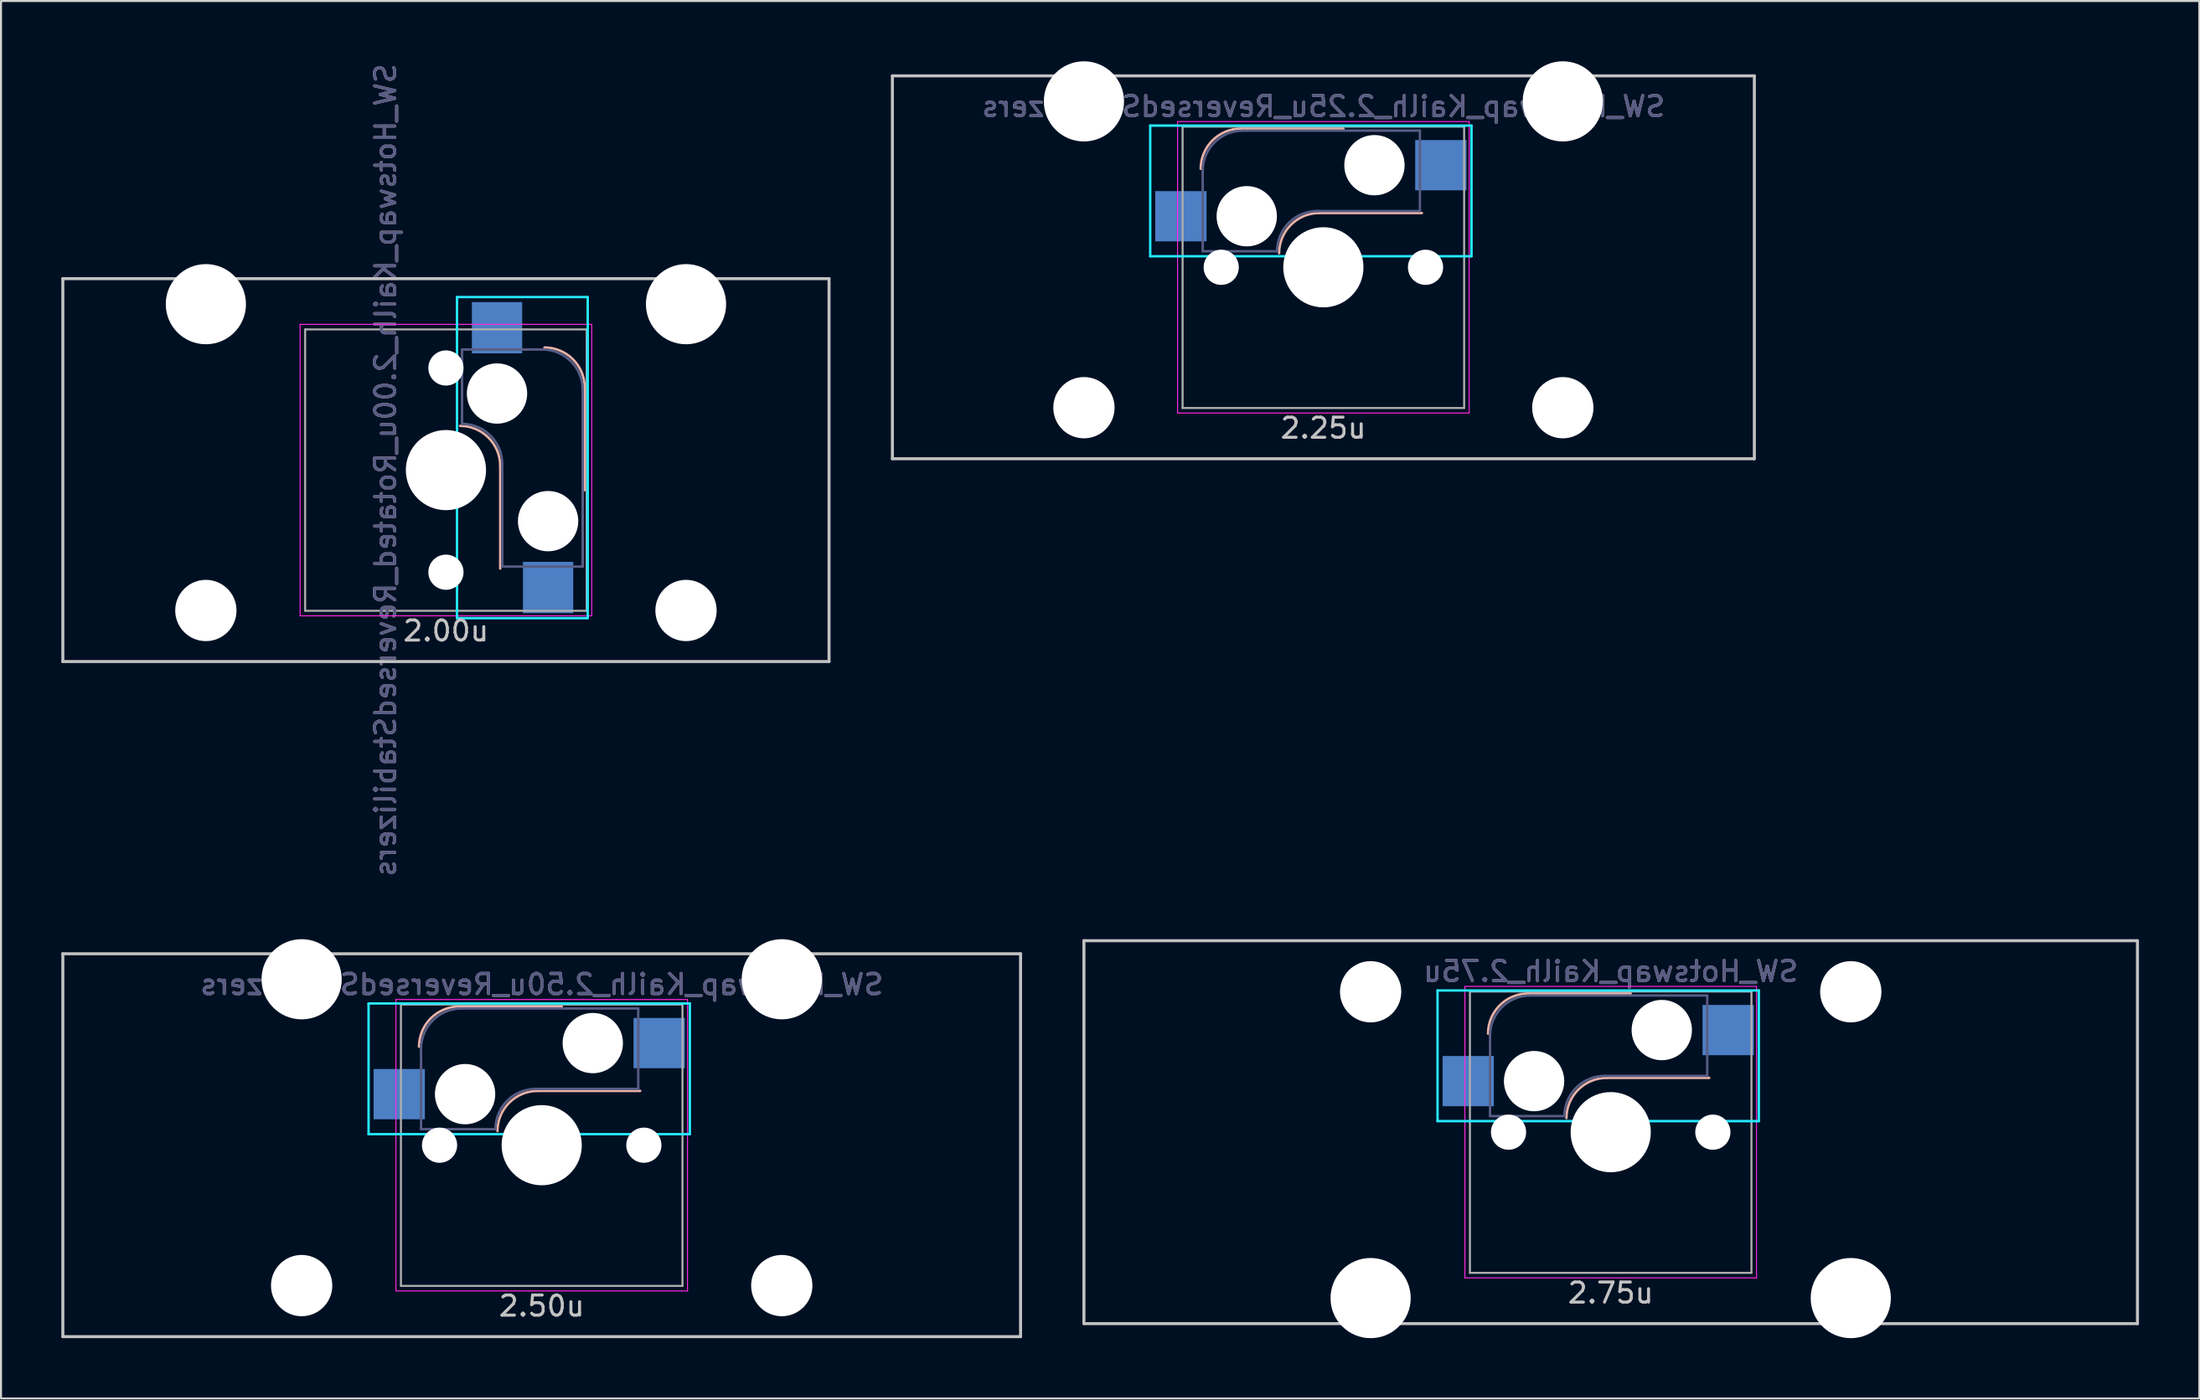
<source format=kicad_pcb>
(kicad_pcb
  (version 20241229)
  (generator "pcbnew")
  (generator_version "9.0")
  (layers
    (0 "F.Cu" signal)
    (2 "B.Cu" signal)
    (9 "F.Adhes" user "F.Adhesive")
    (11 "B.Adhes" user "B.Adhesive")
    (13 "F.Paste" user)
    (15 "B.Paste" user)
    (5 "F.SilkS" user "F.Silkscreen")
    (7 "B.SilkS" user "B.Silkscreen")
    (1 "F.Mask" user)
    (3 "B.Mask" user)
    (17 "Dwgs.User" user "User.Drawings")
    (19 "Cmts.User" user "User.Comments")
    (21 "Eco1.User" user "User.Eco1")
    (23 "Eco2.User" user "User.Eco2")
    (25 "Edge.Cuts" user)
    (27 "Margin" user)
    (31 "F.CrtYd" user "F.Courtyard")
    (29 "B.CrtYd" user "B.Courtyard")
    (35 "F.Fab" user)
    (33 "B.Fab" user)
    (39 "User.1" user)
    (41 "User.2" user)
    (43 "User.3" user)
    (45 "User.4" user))
  (footprint "SW_Hotswap_Kailh_2.25u_ReversedStabilizers"
    (layer "F.Cu")
    (at 62.756 10.249)
    (property "Reference" "SW_Hotswap_Kailh_2.25u_ReversedStabilizers" (at 0 -8 0) (layer "B.SilkS") (effects (font (size 1 1) (thickness 0.15)) (justify mirror)))
    (attr through_hole)
    (fp_line (start 1 -6.9) (end -4.1 -6.9) (stroke (width 0.12) (type solid)) (layer "B.SilkS"))
    (fp_line (start 4.9 -2.7) (end -0.2 -2.7) (stroke (width 0.12) (type solid)) (layer "B.SilkS"))
    (fp_arc (start -6.1 -4.9) (mid -5.514214 -6.314214) (end -4.1 -6.9) (stroke (width 0.12) (type solid)) (layer "B.SilkS"))
    (fp_arc (start -2.2 -0.7) (mid -1.614214 -2.114214) (end -0.2 -2.7) (stroke (width 0.12) (type solid)) (layer "B.SilkS"))
    (fp_line (start -21.431 -9.525) (end 21.431 -9.525) (stroke (width 0.15) (type solid)) (layer "Dwgs.User"))
    (fp_line (start -21.431 9.525) (end -21.431 -9.525) (stroke (width 0.15) (type solid)) (layer "Dwgs.User"))
    (fp_line (start -21.431 9.525) (end 21.431 9.525) (stroke (width 0.15) (type solid)) (layer "Dwgs.User"))
    (fp_line (start 21.431 -9.525) (end 21.431 9.525) (stroke (width 0.15) (type solid)) (layer "Dwgs.User"))
    (fp_line (start -8.61 -7.05) (end 7.367 -7.05) (stroke (width 0.12) (type solid)) (layer "B.CrtYd"))
    (fp_line (start -8.61 -0.55) (end -8.61 -7.05) (stroke (width 0.12) (type solid)) (layer "B.CrtYd"))
    (fp_line (start -8.61 -0.55) (end 7.367 -0.55) (stroke (width 0.12) (type solid)) (layer "B.CrtYd"))
    (fp_line (start 7.367 -7.05) (end 7.367 -0.55) (stroke (width 0.12) (type solid)) (layer "B.CrtYd"))
    (fp_line (start -7.25 -7.25) (end 7.25 -7.25) (stroke (width 0.05) (type solid)) (layer "F.CrtYd"))
    (fp_line (start -7.25 7.25) (end -7.25 -7.25) (stroke (width 0.05) (type solid)) (layer "F.CrtYd"))
    (fp_line (start 7.25 -7.25) (end 7.25 7.25) (stroke (width 0.05) (type solid)) (layer "F.CrtYd"))
    (fp_line (start 7.25 7.25) (end -7.25 7.25) (stroke (width 0.05) (type solid)) (layer "F.CrtYd"))
    (fp_line (start -6 -0.8) (end -6 -4.8) (stroke (width 0.12) (type solid)) (layer "B.Fab"))
    (fp_line (start -6 -0.8) (end -2.3 -0.8) (stroke (width 0.12) (type solid)) (layer "B.Fab"))
    (fp_line (start -4 -6.8) (end 4.8 -6.8) (stroke (width 0.12) (type solid)) (layer "B.Fab"))
    (fp_line (start -0.3 -2.8) (end 4.8 -2.8) (stroke (width 0.12) (type solid)) (layer "B.Fab"))
    (fp_line (start 4.8 -6.8) (end 4.8 -2.8) (stroke (width 0.12) (type solid)) (layer "B.Fab"))
    (fp_arc (start -6 -4.8) (mid -5.414214 -6.214214) (end -4 -6.8) (stroke (width 0.12) (type solid)) (layer "B.Fab"))
    (fp_arc (start -2.3 -0.8) (mid -1.714214 -2.214214) (end -0.3 -2.8) (stroke (width 0.12) (type solid)) (layer "B.Fab"))
    (fp_line (start -7 -7) (end 7 -7) (stroke (width 0.1) (type solid)) (layer "F.Fab"))
    (fp_line (start -7 7) (end -7 -7) (stroke (width 0.1) (type solid)) (layer "F.Fab"))
    (fp_line (start 7 -7) (end 7 7) (stroke (width 0.1) (type solid)) (layer "F.Fab"))
    (fp_line (start 7 7) (end -7 7) (stroke (width 0.1) (type solid)) (layer "F.Fab"))
    (fp_text user "2.25u" (at 0 8 0) (layer "Dwgs.User") (effects (font (size 1 1) (thickness 0.15))))
    (fp_text user "${REFERENCE}" (at 0 -8 0) (layer "B.Fab") (effects (font (size 1 1) (thickness 0.15)) (justify mirror)))
    (pad "" np_thru_hole circle (at -11.906 -8.255) (size 3.988 3.988) (drill 3.988) (layers "*.Cu" "*.Mask"))
    (pad "" np_thru_hole circle (at -11.906 6.985) (size 3.048 3.048) (drill 3.048) (layers "*.Cu" "*.Mask"))
    (pad "" np_thru_hole circle (at -5.08 0 48.1) (size 1.75 1.75) (drill 1.75) (layers "*.Cu" "*.Mask"))
    (pad "" np_thru_hole circle (at -3.81 -2.54) (size 3 3) (drill 3) (layers "*.Cu" "*.Mask"))
    (pad "" np_thru_hole circle (at 0 0) (size 3.988 3.988) (drill 3.988) (layers "*.Cu" "*.Mask"))
    (pad "" np_thru_hole circle (at 2.54 -5.08) (size 3 3) (drill 3) (layers "*.Cu" "*.Mask"))
    (pad "" np_thru_hole circle (at 5.08 0 48.1) (size 1.75 1.75) (drill 1.75) (layers "*.Cu" "*.Mask"))
    (pad "" np_thru_hole circle (at 11.906 -8.255) (size 3.988 3.988) (drill 3.988) (layers "*.Cu" "*.Mask"))
    (pad "" np_thru_hole circle (at 11.906 6.985) (size 3.048 3.048) (drill 3.048) (layers "*.Cu" "*.Mask"))
    (pad "1" smd rect (at -7.085 -2.54) (size 2.55 2.5) (layers "B.Cu" "B.Mask" "B.Paste"))
    (pad "2" smd rect (at 5.842 -5.08) (size 2.55 2.5) (layers "B.Cu" "B.Mask" "B.Paste")))
  (footprint "SW_Hotswap_Kailh_2.00u_Rotated_ReversedStabilizers"
    (layer "F.Cu")
    (at 19.125 20.339)
    (property "Reference" "SW_Hotswap_Kailh_2.00u_Rotated_ReversedStabilizers" (at -3 0 90) (layer "B.SilkS") (effects (font (size 1 1) (thickness 0.15)) (justify mirror)))
    (attr smd)
    (fp_line (start 2.7 4.9) (end 2.7 -0.2) (stroke (width 0.12) (type solid)) (layer "B.SilkS"))
    (fp_line (start 6.9 1) (end 6.9 -4.1) (stroke (width 0.12) (type solid)) (layer "B.SilkS"))
    (fp_arc (start 0.7 -2.2) (mid 2.114214 -1.614214) (end 2.7 -0.2) (stroke (width 0.12) (type solid)) (layer "B.SilkS"))
    (fp_arc (start 4.9 -6.1) (mid 6.314214 -5.514214) (end 6.9 -4.1) (stroke (width 0.12) (type solid)) (layer "B.SilkS"))
    (fp_line (start -19.05 -9.525) (end 19.05 -9.525) (stroke (width 0.15) (type solid)) (layer "Dwgs.User"))
    (fp_line (start -19.05 9.525) (end -19.05 -9.525) (stroke (width 0.15) (type solid)) (layer "Dwgs.User"))
    (fp_line (start 19.05 -9.525) (end 19.05 9.525) (stroke (width 0.15) (type solid)) (layer "Dwgs.User"))
    (fp_line (start 19.05 9.525) (end -19.05 9.525) (stroke (width 0.15) (type solid)) (layer "Dwgs.User"))
    (fp_line (start 0.55 -8.61) (end 0.55 7.367) (stroke (width 0.12) (type solid)) (layer "B.CrtYd"))
    (fp_line (start 0.55 -8.61) (end 7.05 -8.61) (stroke (width 0.12) (type solid)) (layer "B.CrtYd"))
    (fp_line (start 7.05 -8.61) (end 7.05 7.367) (stroke (width 0.12) (type solid)) (layer "B.CrtYd"))
    (fp_line (start 7.05 7.367) (end 0.55 7.367) (stroke (width 0.12) (type solid)) (layer "B.CrtYd"))
    (fp_line (start -7.25 -7.25) (end 7.25 -7.25) (stroke (width 0.05) (type solid)) (layer "F.CrtYd"))
    (fp_line (start -7.25 7.25) (end -7.25 -7.25) (stroke (width 0.05) (type solid)) (layer "F.CrtYd"))
    (fp_line (start 7.25 -7.25) (end 7.25 7.25) (stroke (width 0.05) (type solid)) (layer "F.CrtYd"))
    (fp_line (start 7.25 7.25) (end -7.25 7.25) (stroke (width 0.05) (type solid)) (layer "F.CrtYd"))
    (fp_line (start 0.8 -6) (end 0.8 -2.3) (stroke (width 0.12) (type solid)) (layer "B.Fab"))
    (fp_line (start 0.8 -6) (end 4.8 -6) (stroke (width 0.12) (type solid)) (layer "B.Fab"))
    (fp_line (start 2.8 -0.3) (end 2.8 4.8) (stroke (width 0.12) (type solid)) (layer "B.Fab"))
    (fp_line (start 6.8 -4) (end 6.8 4.8) (stroke (width 0.12) (type solid)) (layer "B.Fab"))
    (fp_line (start 6.8 4.8) (end 2.8 4.8) (stroke (width 0.12) (type solid)) (layer "B.Fab"))
    (fp_arc (start 0.8 -2.3) (mid 2.214214 -1.714214) (end 2.8 -0.3) (stroke (width 0.12) (type solid)) (layer "B.Fab"))
    (fp_arc (start 4.8 -6) (mid 6.214214 -5.414214) (end 6.8 -4) (stroke (width 0.12) (type solid)) (layer "B.Fab"))
    (fp_line (start -7 -7) (end 7 -7) (stroke (width 0.1) (type solid)) (layer "F.Fab"))
    (fp_line (start -7 7) (end -7 -7) (stroke (width 0.1) (type solid)) (layer "F.Fab"))
    (fp_line (start 7 -7) (end 7 7) (stroke (width 0.1) (type solid)) (layer "F.Fab"))
    (fp_line (start 7 7) (end -7 7) (stroke (width 0.1) (type solid)) (layer "F.Fab"))
    (fp_text user "2.00u" (at 0 8 0) (layer "Dwgs.User") (effects (font (size 1 1) (thickness 0.15))))
    (fp_text user "${REFERENCE}" (at -3 0 90) (layer "B.Fab") (effects (font (size 1 1) (thickness 0.15)) (justify mirror)))
    (pad "" np_thru_hole circle (at -11.938 -8.255) (size 3.988 3.988) (drill 3.988) (layers "*.Cu" "*.Mask"))
    (pad "" np_thru_hole circle (at -11.938 6.985) (size 3.048 3.048) (drill 3.048) (layers "*.Cu" "*.Mask"))
    (pad "" np_thru_hole circle (at 0 -5.08 318.1) (size 1.75 1.75) (drill 1.75) (layers "*.Cu" "*.Mask"))
    (pad "" np_thru_hole circle (at 0 0 270) (size 3.988 3.988) (drill 3.988) (layers "*.Cu" "*.Mask"))
    (pad "" np_thru_hole circle (at 0 5.08 318.1) (size 1.75 1.75) (drill 1.75) (layers "*.Cu" "*.Mask"))
    (pad "" np_thru_hole circle (at 2.54 -3.81 270) (size 3 3) (drill 3) (layers "*.Cu" "*.Mask"))
    (pad "" np_thru_hole circle (at 5.08 2.54 270) (size 3 3) (drill 3) (layers "*.Cu" "*.Mask"))
    (pad "" np_thru_hole circle (at 11.938 -8.255) (size 3.988 3.988) (drill 3.988) (layers "*.Cu" "*.Mask"))
    (pad "" np_thru_hole circle (at 11.938 6.985) (size 3.048 3.048) (drill 3.048) (layers "*.Cu" "*.Mask"))
    (pad "1" smd rect (at 2.54 -7.085 270) (size 2.55 2.5) (layers "B.Cu" "B.Mask" "B.Paste"))
    (pad "2" smd rect (at 5.08 5.842 270) (size 2.55 2.5) (layers "B.Cu" "B.Mask" "B.Paste")))
  (footprint "SW_Hotswap_Kailh_2.75u"
    (layer "F.Cu")
    (at 77.044 53.279)
    (property "Reference" "SW_Hotswap_Kailh_2.75u" (at 0 -8 0) (layer "B.SilkS") (effects (font (size 1 1) (thickness 0.15)) (justify mirror)))
    (attr smd)
    (fp_line (start 1 -6.9) (end -4.1 -6.9) (stroke (width 0.12) (type solid)) (layer "B.SilkS"))
    (fp_line (start 4.9 -2.7) (end -0.2 -2.7) (stroke (width 0.12) (type solid)) (layer "B.SilkS"))
    (fp_arc (start -6.1 -4.9) (mid -5.514214 -6.314214) (end -4.1 -6.9) (stroke (width 0.12) (type solid)) (layer "B.SilkS"))
    (fp_arc (start -2.2 -0.7) (mid -1.614214 -2.114214) (end -0.2 -2.7) (stroke (width 0.12) (type solid)) (layer "B.SilkS"))
    (fp_line (start -26.194 -9.525) (end 26.194 -9.525) (stroke (width 0.15) (type solid)) (layer "Dwgs.User"))
    (fp_line (start -26.194 9.525) (end -26.194 -9.525) (stroke (width 0.15) (type solid)) (layer "Dwgs.User"))
    (fp_line (start 26.194 -9.525) (end 26.194 9.525) (stroke (width 0.15) (type solid)) (layer "Dwgs.User"))
    (fp_line (start 26.194 9.525) (end -26.194 9.525) (stroke (width 0.15) (type solid)) (layer "Dwgs.User"))
    (fp_line (start -8.61 -7.05) (end 7.367 -7.05) (stroke (width 0.12) (type solid)) (layer "B.CrtYd"))
    (fp_line (start -8.61 -0.55) (end -8.61 -7.05) (stroke (width 0.12) (type solid)) (layer "B.CrtYd"))
    (fp_line (start -8.61 -0.55) (end 7.367 -0.55) (stroke (width 0.12) (type solid)) (layer "B.CrtYd"))
    (fp_line (start 7.367 -7.05) (end 7.367 -0.55) (stroke (width 0.12) (type solid)) (layer "B.CrtYd"))
    (fp_line (start -7.25 -7.25) (end 7.25 -7.25) (stroke (width 0.05) (type solid)) (layer "F.CrtYd"))
    (fp_line (start -7.25 7.25) (end -7.25 -7.25) (stroke (width 0.05) (type solid)) (layer "F.CrtYd"))
    (fp_line (start 7.25 -7.25) (end 7.25 7.25) (stroke (width 0.05) (type solid)) (layer "F.CrtYd"))
    (fp_line (start 7.25 7.25) (end -7.25 7.25) (stroke (width 0.05) (type solid)) (layer "F.CrtYd"))
    (fp_line (start -6 -0.8) (end -6 -4.8) (stroke (width 0.12) (type solid)) (layer "B.Fab"))
    (fp_line (start -6 -0.8) (end -2.3 -0.8) (stroke (width 0.12) (type solid)) (layer "B.Fab"))
    (fp_line (start -4 -6.8) (end 4.8 -6.8) (stroke (width 0.12) (type solid)) (layer "B.Fab"))
    (fp_line (start -0.3 -2.8) (end 4.8 -2.8) (stroke (width 0.12) (type solid)) (layer "B.Fab"))
    (fp_line (start 4.8 -6.8) (end 4.8 -2.8) (stroke (width 0.12) (type solid)) (layer "B.Fab"))
    (fp_arc (start -6 -4.8) (mid -5.414214 -6.214214) (end -4 -6.8) (stroke (width 0.12) (type solid)) (layer "B.Fab"))
    (fp_arc (start -2.3 -0.8) (mid -1.714214 -2.214214) (end -0.3 -2.8) (stroke (width 0.12) (type solid)) (layer "B.Fab"))
    (fp_line (start -7 -7) (end 7 -7) (stroke (width 0.1) (type solid)) (layer "F.Fab"))
    (fp_line (start -7 7) (end -7 -7) (stroke (width 0.1) (type solid)) (layer "F.Fab"))
    (fp_line (start 7 -7) (end 7 7) (stroke (width 0.1) (type solid)) (layer "F.Fab"))
    (fp_line (start 7 7) (end -7 7) (stroke (width 0.1) (type solid)) (layer "F.Fab"))
    (fp_text user "2.75u" (at 0 8 0) (layer "Dwgs.User") (effects (font (size 1 1) (thickness 0.15))))
    (fp_text user "${REFERENCE}" (at 0 -8 0) (layer "B.Fab") (effects (font (size 1 1) (thickness 0.15)) (justify mirror)))
    (pad "" np_thru_hole circle (at -11.938 -6.985) (size 3.048 3.048) (drill 3.048) (layers "*.Cu" "*.Mask"))
    (pad "" np_thru_hole circle (at -11.938 8.255) (size 3.988 3.988) (drill 3.988) (layers "*.Cu" "*.Mask"))
    (pad "" np_thru_hole circle (at -5.08 0 48.1) (size 1.75 1.75) (drill 1.75) (layers "*.Cu" "*.Mask"))
    (pad "" np_thru_hole circle (at -3.81 -2.54) (size 3 3) (drill 3) (layers "*.Cu" "*.Mask"))
    (pad "" np_thru_hole circle (at 0 0) (size 3.988 3.988) (drill 3.988) (layers "*.Cu" "*.Mask"))
    (pad "" np_thru_hole circle (at 2.54 -5.08) (size 3 3) (drill 3) (layers "*.Cu" "*.Mask"))
    (pad "" np_thru_hole circle (at 5.08 0 48.1) (size 1.75 1.75) (drill 1.75) (layers "*.Cu" "*.Mask"))
    (pad "" np_thru_hole circle (at 11.938 -6.985) (size 3.048 3.048) (drill 3.048) (layers "*.Cu" "*.Mask"))
    (pad "" np_thru_hole circle (at 11.938 8.255) (size 3.988 3.988) (drill 3.988) (layers "*.Cu" "*.Mask"))
    (pad "1" smd rect (at -7.085 -2.54) (size 2.55 2.5) (layers "B.Cu" "B.Mask" "B.Paste"))
    (pad "2" smd rect (at 5.842 -5.08) (size 2.55 2.5) (layers "B.Cu" "B.Mask" "B.Paste")))
  (footprint "SW_Hotswap_Kailh_2.50u_ReversedStabilizers"
    (layer "F.Cu")
    (at 23.887 53.927)
    (property "Reference" "SW_Hotswap_Kailh_2.50u_ReversedStabilizers" (at 0 -8 0) (layer "B.SilkS") (effects (font (size 1 1) (thickness 0.15)) (justify mirror)))
    (attr smd)
    (fp_line (start 1 -6.9) (end -4.1 -6.9) (stroke (width 0.12) (type solid)) (layer "B.SilkS"))
    (fp_line (start 4.9 -2.7) (end -0.2 -2.7) (stroke (width 0.12) (type solid)) (layer "B.SilkS"))
    (fp_arc (start -6.1 -4.9) (mid -5.514214 -6.314214) (end -4.1 -6.9) (stroke (width 0.12) (type solid)) (layer "B.SilkS"))
    (fp_arc (start -2.2 -0.7) (mid -1.614214 -2.114214) (end -0.2 -2.7) (stroke (width 0.12) (type solid)) (layer "B.SilkS"))
    (fp_line (start -23.812 -9.525) (end 23.812 -9.525) (stroke (width 0.15) (type solid)) (layer "Dwgs.User"))
    (fp_line (start -23.812 9.525) (end -23.812 -9.525) (stroke (width 0.15) (type solid)) (layer "Dwgs.User"))
    (fp_line (start -23.812 9.525) (end 23.812 9.525) (stroke (width 0.15) (type solid)) (layer "Dwgs.User"))
    (fp_line (start 23.812 -9.525) (end 23.812 9.525) (stroke (width 0.15) (type solid)) (layer "Dwgs.User"))
    (fp_line (start -8.61 -7.05) (end 7.367 -7.05) (stroke (width 0.12) (type solid)) (layer "B.CrtYd"))
    (fp_line (start -8.61 -0.55) (end -8.61 -7.05) (stroke (width 0.12) (type solid)) (layer "B.CrtYd"))
    (fp_line (start -8.61 -0.55) (end 7.367 -0.55) (stroke (width 0.12) (type solid)) (layer "B.CrtYd"))
    (fp_line (start 7.367 -7.05) (end 7.367 -0.55) (stroke (width 0.12) (type solid)) (layer "B.CrtYd"))
    (fp_line (start -7.25 -7.25) (end 7.25 -7.25) (stroke (width 0.05) (type solid)) (layer "F.CrtYd"))
    (fp_line (start -7.25 7.25) (end -7.25 -7.25) (stroke (width 0.05) (type solid)) (layer "F.CrtYd"))
    (fp_line (start 7.25 -7.25) (end 7.25 7.25) (stroke (width 0.05) (type solid)) (layer "F.CrtYd"))
    (fp_line (start 7.25 7.25) (end -7.25 7.25) (stroke (width 0.05) (type solid)) (layer "F.CrtYd"))
    (fp_line (start -6 -0.8) (end -6 -4.8) (stroke (width 0.12) (type solid)) (layer "B.Fab"))
    (fp_line (start -6 -0.8) (end -2.3 -0.8) (stroke (width 0.12) (type solid)) (layer "B.Fab"))
    (fp_line (start -4 -6.8) (end 4.8 -6.8) (stroke (width 0.12) (type solid)) (layer "B.Fab"))
    (fp_line (start -0.3 -2.8) (end 4.8 -2.8) (stroke (width 0.12) (type solid)) (layer "B.Fab"))
    (fp_line (start 4.8 -6.8) (end 4.8 -2.8) (stroke (width 0.12) (type solid)) (layer "B.Fab"))
    (fp_arc (start -6 -4.8) (mid -5.414214 -6.214214) (end -4 -6.8) (stroke (width 0.12) (type solid)) (layer "B.Fab"))
    (fp_arc (start -2.3 -0.8) (mid -1.714214 -2.214214) (end -0.3 -2.8) (stroke (width 0.12) (type solid)) (layer "B.Fab"))
    (fp_line (start -7 -7) (end 7 -7) (stroke (width 0.1) (type solid)) (layer "F.Fab"))
    (fp_line (start -7 7) (end -7 -7) (stroke (width 0.1) (type solid)) (layer "F.Fab"))
    (fp_line (start 7 -7) (end 7 7) (stroke (width 0.1) (type solid)) (layer "F.Fab"))
    (fp_line (start 7 7) (end -7 7) (stroke (width 0.1) (type solid)) (layer "F.Fab"))
    (fp_text user "2.50u" (at 0 8 0) (layer "Dwgs.User") (effects (font (size 1 1) (thickness 0.15))))
    (fp_text user "${REFERENCE}" (at 0 -8 0) (layer "B.Fab") (effects (font (size 1 1) (thickness 0.15)) (justify mirror)))
    (pad "" np_thru_hole circle (at -11.938 -8.255) (size 3.988 3.988) (drill 3.988) (layers "*.Cu" "*.Mask"))
    (pad "" np_thru_hole circle (at -11.938 6.985) (size 3.048 3.048) (drill 3.048) (layers "*.Cu" "*.Mask"))
    (pad "" np_thru_hole circle (at -5.08 0 48.1) (size 1.75 1.75) (drill 1.75) (layers "*.Cu" "*.Mask"))
    (pad "" np_thru_hole circle (at -3.81 -2.54) (size 3 3) (drill 3) (layers "*.Cu" "*.Mask"))
    (pad "" np_thru_hole circle (at 0 0) (size 3.988 3.988) (drill 3.988) (layers "*.Cu" "*.Mask"))
    (pad "" np_thru_hole circle (at 2.54 -5.08) (size 3 3) (drill 3) (layers "*.Cu" "*.Mask"))
    (pad "" np_thru_hole circle (at 5.08 0 48.1) (size 1.75 1.75) (drill 1.75) (layers "*.Cu" "*.Mask"))
    (pad "" np_thru_hole circle (at 11.938 -8.255) (size 3.988 3.988) (drill 3.988) (layers "*.Cu" "*.Mask"))
    (pad "" np_thru_hole circle (at 11.938 6.985) (size 3.048 3.048) (drill 3.048) (layers "*.Cu" "*.Mask"))
    (pad "1" smd rect (at -7.085 -2.54) (size 2.55 2.5) (layers "B.Cu" "B.Mask" "B.Paste"))
    (pad "2" smd rect (at 5.842 -5.08) (size 2.55 2.5) (layers "B.Cu" "B.Mask" "B.Paste")))
  (gr_rect
    (start -3 -3)
    (end 106.312 66.527)
    (stroke (width 0.1) (type default))
    (fill no)
    (layer "Edge.Cuts")))
</source>
